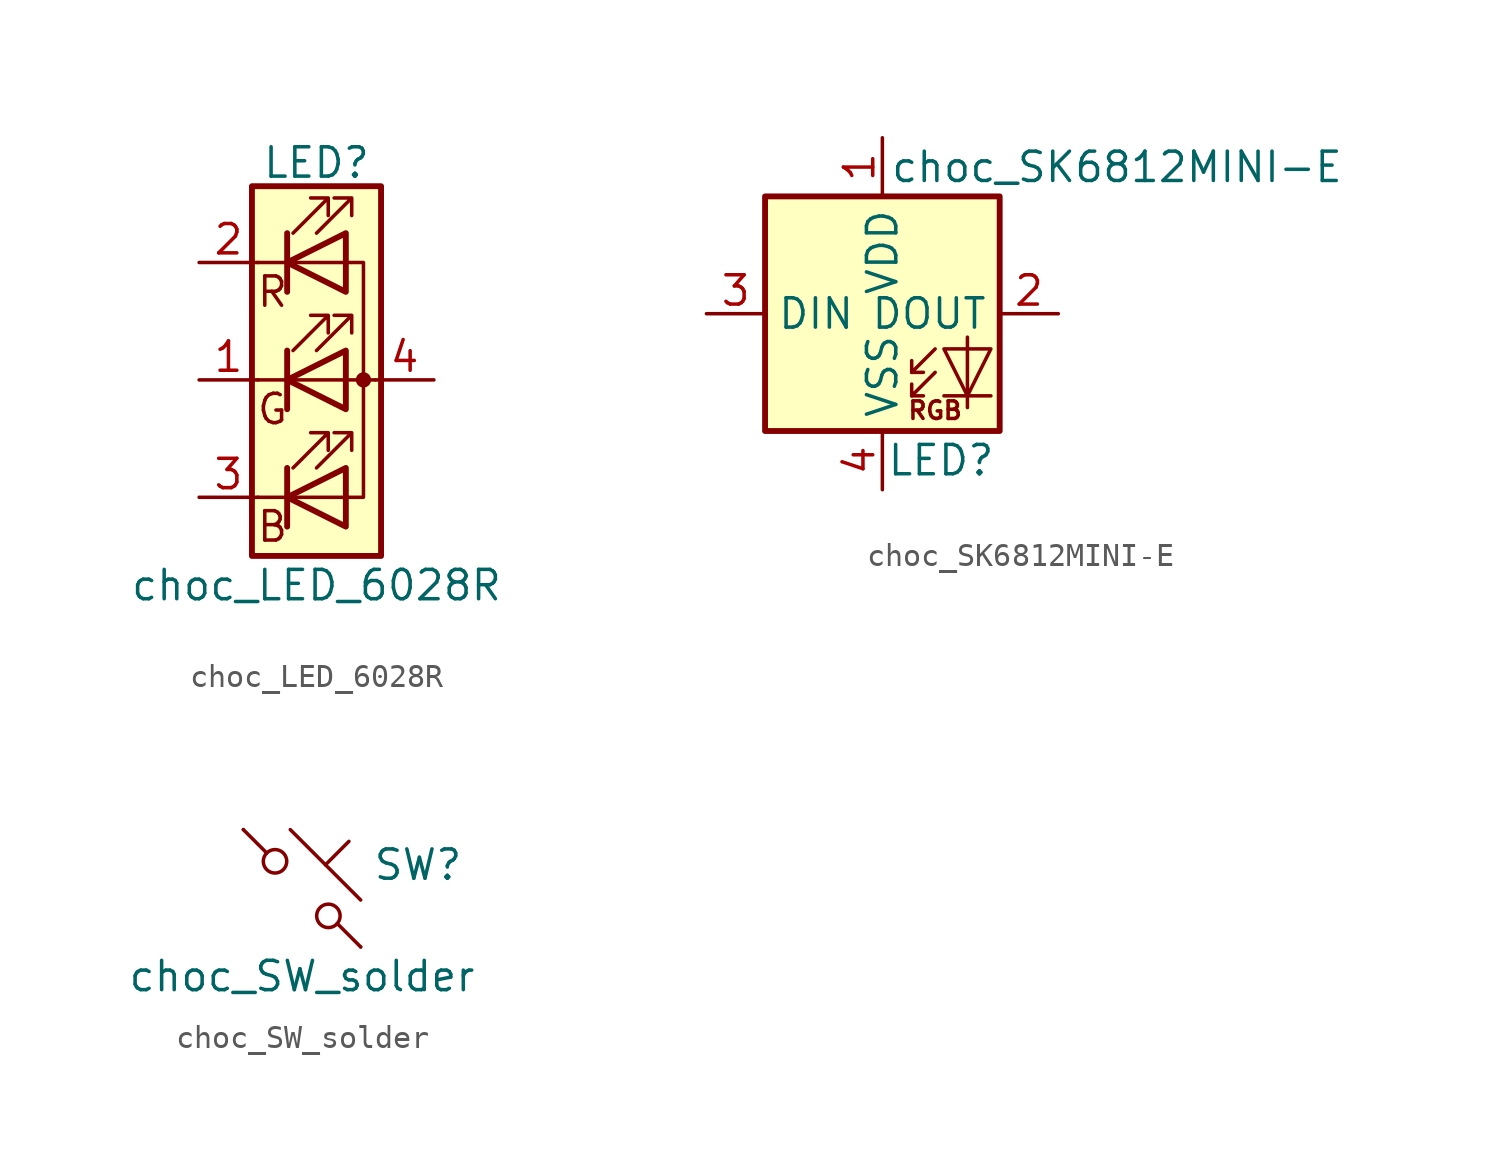
<source format=kicad_sym>
(kicad_symbol_lib
  (version 20211014)
  (generator kicad_symbol_editor)
  (symbol "choc_LED_6028R"
    (pin_names
      (offset 0) hide)
    (property "Reference" "LED"
      (at 0 9.398 0)
      (effects (font (size 1.27 1.27))))
    (property "Value" "choc_LED_6028R"
      (at 0 -8.89 0)
      (effects (font (size 1.27 1.27))))
    (symbol "choc_LED_6028R_0_0"
      (text "B" (at -1.905 -6.35 0) (effects (font (size 1.27 1.27))))
      (text "G" (at -1.905 -1.27 0) (effects (font (size 1.27 1.27))))
      (text "R" (at -1.905 3.81 0) (effects (font (size 1.27 1.27)))))
    (symbol "choc_LED_6028R_0_1"
      (polyline (pts (xy -1.27 -5.08) (xy -2.54 -5.08)) (stroke (width 0) (type default) (color 0 0 0 0)) (fill (type none)))
      (polyline (pts (xy -1.27 -5.08) (xy 1.27 -5.08)) (stroke (width 0) (type default) (color 0 0 0 0)) (fill (type none)))
      (polyline (pts (xy -1.27 -3.81) (xy -1.27 -6.35)) (stroke (width 0.254) (type default) (color 0 0 0 0)) (fill (type none)))
      (polyline (pts (xy -1.27 0) (xy -2.54 0)) (stroke (width 0) (type default) (color 0 0 0 0)) (fill (type none)))
      (polyline (pts (xy -1.27 1.27) (xy -1.27 -1.27)) (stroke (width 0.254) (type default) (color 0 0 0 0)) (fill (type none)))
      (polyline (pts (xy -1.27 5.08) (xy -2.54 5.08)) (stroke (width 0) (type default) (color 0 0 0 0)) (fill (type none)))
      (polyline (pts (xy -1.27 5.08) (xy 1.27 5.08)) (stroke (width 0) (type default) (color 0 0 0 0)) (fill (type none)))
      (polyline (pts (xy -1.27 6.35) (xy -1.27 3.81)) (stroke (width 0.254) (type default) (color 0 0 0 0)) (fill (type none)))
      (polyline (pts (xy 1.27 0) (xy -1.27 0)) (stroke (width 0) (type default) (color 0 0 0 0)) (fill (type none)))
      (polyline (pts (xy 1.27 0) (xy 2.54 0)) (stroke (width 0) (type default) (color 0 0 0 0)) (fill (type none)))
      (polyline (pts (xy -1.27 1.27) (xy -1.27 -1.27) (xy -1.27 -1.27)) (stroke (width 0) (type default) (color 0 0 0 0)) (fill (type none)))
      (polyline (pts (xy -1.27 6.35) (xy -1.27 3.81) (xy -1.27 3.81)) (stroke (width 0) (type default) (color 0 0 0 0)) (fill (type none)))
      (polyline (pts (xy 1.27 -5.08) (xy 2.032 -5.08) (xy 2.032 5.08) (xy 1.27 5.08)) (stroke (width 0) (type default) (color 0 0 0 0)) (fill (type none)))
      (polyline (pts (xy 1.27 -3.81) (xy 1.27 -6.35) (xy -1.27 -5.08) (xy 1.27 -3.81)) (stroke (width 0.254) (type default) (color 0 0 0 0)) (fill (type none)))
      (polyline (pts (xy 1.27 1.27) (xy 1.27 -1.27) (xy -1.27 0) (xy 1.27 1.27)) (stroke (width 0.254) (type default) (color 0 0 0 0)) (fill (type none)))
      (polyline (pts (xy 1.27 6.35) (xy 1.27 3.81) (xy -1.27 5.08) (xy 1.27 6.35)) (stroke (width 0.254) (type default) (color 0 0 0 0)) (fill (type none)))
      (polyline (pts (xy -1.016 -3.81) (xy 0.508 -2.286) (xy -0.254 -2.286) (xy 0.508 -2.286) (xy 0.508 -3.048)) (stroke (width 0) (type default) (color 0 0 0 0)) (fill (type none)))
      (polyline (pts (xy -1.016 1.27) (xy 0.508 2.794) (xy -0.254 2.794) (xy 0.508 2.794) (xy 0.508 2.032)) (stroke (width 0) (type default) (color 0 0 0 0)) (fill (type none)))
      (polyline (pts (xy -1.016 6.35) (xy 0.508 7.874) (xy -0.254 7.874) (xy 0.508 7.874) (xy 0.508 7.112)) (stroke (width 0) (type default) (color 0 0 0 0)) (fill (type none)))
      (polyline (pts (xy 0 -3.81) (xy 1.524 -2.286) (xy 0.762 -2.286) (xy 1.524 -2.286) (xy 1.524 -3.048)) (stroke (width 0) (type default) (color 0 0 0 0)) (fill (type none)))
      (polyline (pts (xy 0 1.27) (xy 1.524 2.794) (xy 0.762 2.794) (xy 1.524 2.794) (xy 1.524 2.032)) (stroke (width 0) (type default) (color 0 0 0 0)) (fill (type none)))
      (polyline (pts (xy 0 6.35) (xy 1.524 7.874) (xy 0.762 7.874) (xy 1.524 7.874) (xy 1.524 7.112)) (stroke (width 0) (type default) (color 0 0 0 0)) (fill (type none)))
      (rectangle (start 1.27 -1.27) (end 1.27 1.27) (stroke (width 0) (type default) (color 0 0 0 0)) (fill (type none)))
      (rectangle (start 1.27 1.27) (end 1.27 1.27) (stroke (width 0) (type default) (color 0 0 0 0)) (fill (type none)))
      (rectangle (start 1.27 3.81) (end 1.27 6.35) (stroke (width 0) (type default) (color 0 0 0 0)) (fill (type none)))
      (rectangle (start 1.27 6.35) (end 1.27 6.35) (stroke (width 0) (type default) (color 0 0 0 0)) (fill (type none)))
      (circle (center 2.032 0) (radius 0.254) (stroke (width 0) (type default) (color 0 0 0 0)) (fill (type outline)))
      (rectangle (start 2.794 8.382) (end -2.794 -7.62) (stroke (width 0.254) (type default) (color 0 0 0 0)) (fill (type background))))
    (symbol "choc_LED_6028R_1_1"
      (pin passive line (at -5.08 0 0) (length 2.54) (name "GK" (effects (font (size 1.27 1.27)))) (number "1" (effects (font (size 1.27 1.27)))))
      (pin passive line (at -5.08 5.08 0) (length 2.54) (name "RK" (effects (font (size 1.27 1.27)))) (number "2" (effects (font (size 1.27 1.27)))))
      (pin passive line (at -5.08 -5.08 0) (length 2.54) (name "BK" (effects (font (size 1.27 1.27)))) (number "3" (effects (font (size 1.27 1.27)))))
      (pin passive line (at 5.08 0 180) (length 2.54) (name "A" (effects (font (size 1.27 1.27)))) (number "4" (effects (font (size 1.27 1.27)))))))
  (symbol "choc_SK6812MINI-E"
    (property "Reference" "LED"
      (at 2.54 -6.35 0)
      (effects (font (size 1.27 1.27))))
    (property "Value" "choc_SK6812MINI-E"
      (at 10.16 6.35 0)
      (effects (font (size 1.27 1.27))))
    (symbol "choc_SK6812MINI-E_0_0"
      (text "RGB" (at 2.286 -4.191 0) (effects (font (size 0.762 0.762)))))
    (symbol "choc_SK6812MINI-E_0_1"
      (polyline (pts (xy 1.27 -3.556) (xy 1.778 -3.556)) (stroke (width 0) (type default) (color 0 0 0 0)) (fill (type none)))
      (polyline (pts (xy 1.27 -2.54) (xy 1.778 -2.54)) (stroke (width 0) (type default) (color 0 0 0 0)) (fill (type none)))
      (polyline (pts (xy 4.699 -3.556) (xy 2.667 -3.556)) (stroke (width 0) (type default) (color 0 0 0 0)) (fill (type none)))
      (polyline (pts (xy 2.286 -2.54) (xy 1.27 -3.556) (xy 1.27 -3.048)) (stroke (width 0) (type default) (color 0 0 0 0)) (fill (type none)))
      (polyline (pts (xy 2.286 -1.524) (xy 1.27 -2.54) (xy 1.27 -2.032)) (stroke (width 0) (type default) (color 0 0 0 0)) (fill (type none)))
      (polyline (pts (xy 3.683 -1.016) (xy 3.683 -3.556) (xy 3.683 -4.064)) (stroke (width 0) (type default) (color 0 0 0 0)) (fill (type none)))
      (polyline (pts (xy 4.699 -1.524) (xy 2.667 -1.524) (xy 3.683 -3.556) (xy 4.699 -1.524)) (stroke (width 0) (type default) (color 0 0 0 0)) (fill (type none)))
      (rectangle (start 5.08 5.08) (end -5.08 -5.08) (stroke (width 0.254) (type default) (color 0 0 0 0)) (fill (type background))))
    (symbol "choc_SK6812MINI-E_1_1"
      (pin power_in line (at 0 7.62 270) (length 2.54) (name "VDD" (effects (font (size 1.27 1.27)))) (number "1" (effects (font (size 1.27 1.27)))))
      (pin output line (at 7.62 0 180) (length 2.54) (name "DOUT" (effects (font (size 1.27 1.27)))) (number "2" (effects (font (size 1.27 1.27)))))
      (pin input line (at -7.62 0 0) (length 2.54) (name "DIN" (effects (font (size 1.27 1.27)))) (number "3" (effects (font (size 1.27 1.27)))))
      (pin power_in line (at 0 -7.62 90) (length 2.54) (name "VSS" (effects (font (size 1.27 1.27)))) (number "4" (effects (font (size 1.27 1.27)))))))
  (symbol "choc_SW_solder"
    (pin_numbers hide)
    (pin_names
      (offset 1.016) hide)
    (property "Reference" "SW"
      (at 3.048 1.016 0)
      (effects (font (size 1.27 1.27)) (justify left)))
    (property "Value" "choc_SW_solder"
      (at 0 -3.81 0)
      (effects (font (size 1.27 1.27))))
    (symbol "choc_SW_solder_0_1"
      (circle (center -1.168 1.168) (radius 0.508) (stroke (width 0) (type default) (color 0 0 0 0)) (fill (type none)))
      (polyline (pts (xy -0.508 2.54) (xy 2.54 -0.508)) (stroke (width 0) (type default) (color 0 0 0 0)) (fill (type none)))
      (polyline (pts (xy 1.016 1.016) (xy 2.032 2.032)) (stroke (width 0) (type default) (color 0 0 0 0)) (fill (type none)))
      (polyline (pts (xy -2.54 2.54) (xy -1.524 1.524) (xy -1.524 1.524)) (stroke (width 0) (type default) (color 0 0 0 0)) (fill (type none)))
      (polyline (pts (xy 1.524 -1.524) (xy 2.54 -2.54) (xy 2.54 -2.54) (xy 2.54 -2.54)) (stroke (width 0) (type default) (color 0 0 0 0)) (fill (type none)))
      (circle (center 1.143 -1.194) (radius 0.508) (stroke (width 0) (type default) (color 0 0 0 0)) (fill (type none)))
      (pin passive line (at -2.54 2.54 0) (length 0) (name "1" (effects (font (size 1.27 1.27)))) (number "1" (effects (font (size 1.27 1.27)))))
      (pin passive line (at 2.54 -2.54 180) (length 0) (name "2" (effects (font (size 1.27 1.27)))) (number "2" (effects (font (size 1.27 1.27))))))))
</source>
